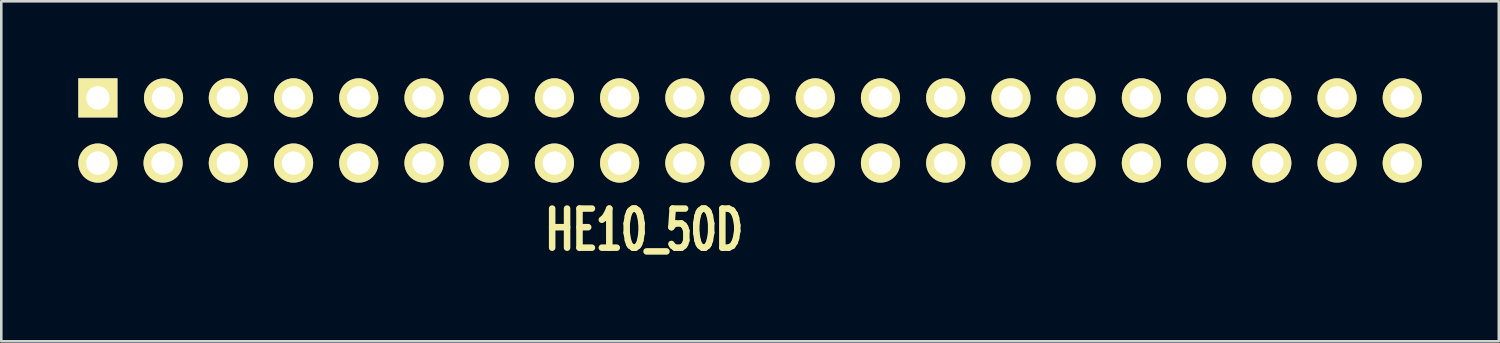
<source format=kicad_pcb>
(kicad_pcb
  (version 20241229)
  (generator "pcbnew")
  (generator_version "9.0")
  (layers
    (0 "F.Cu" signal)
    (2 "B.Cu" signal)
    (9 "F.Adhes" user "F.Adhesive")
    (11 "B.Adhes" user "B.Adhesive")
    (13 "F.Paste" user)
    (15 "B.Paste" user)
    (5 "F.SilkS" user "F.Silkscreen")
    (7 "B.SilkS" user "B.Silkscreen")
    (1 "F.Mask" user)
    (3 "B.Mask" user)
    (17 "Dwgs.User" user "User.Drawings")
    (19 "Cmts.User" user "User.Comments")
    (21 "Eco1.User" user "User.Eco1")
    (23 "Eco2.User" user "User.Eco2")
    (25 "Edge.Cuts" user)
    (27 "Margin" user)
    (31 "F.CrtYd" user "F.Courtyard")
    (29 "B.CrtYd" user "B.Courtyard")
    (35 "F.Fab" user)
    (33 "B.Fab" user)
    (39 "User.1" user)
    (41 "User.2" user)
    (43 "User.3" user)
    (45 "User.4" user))
  (footprint "HE10_50D"
    (layer "F.Cu")
    (at 27.369 1.968)
    (property "Reference" "HE10_50D" (at -5.334 3.937 0) (layer "F.SilkS") (effects (font (size 1.524 1.016) (thickness 0.305))))
    (attr through_hole)
    (pad "1" thru_hole rect (at -26.607 -1.206) (size 1.524 1.524) (drill 0.914) (layers "*.Cu" "*.Mask" "F.SilkS"))
    (pad "2" thru_hole circle (at -24.05 -1.2) (size 1.524 1.524) (drill 0.914) (layers "*.Cu" "*.Mask" "F.SilkS"))
    (pad "3" thru_hole circle (at -21.526 -1.206) (size 1.524 1.524) (drill 0.914) (layers "*.Cu" "*.Mask" "F.SilkS"))
    (pad "4" thru_hole circle (at -18.986 -1.206) (size 1.524 1.524) (drill 0.914) (layers "*.Cu" "*.Mask" "F.SilkS"))
    (pad "5" thru_hole circle (at -16.447 -1.206) (size 1.524 1.524) (drill 0.914) (layers "*.Cu" "*.Mask" "F.SilkS"))
    (pad "6" thru_hole circle (at -13.906 -1.206) (size 1.524 1.524) (drill 0.914) (layers "*.Cu" "*.Mask" "F.SilkS"))
    (pad "7" thru_hole circle (at -11.367 -1.206) (size 1.524 1.524) (drill 0.914) (layers "*.Cu" "*.Mask" "F.SilkS"))
    (pad "8" thru_hole circle (at -8.826 -1.206) (size 1.524 1.524) (drill 0.914) (layers "*.Cu" "*.Mask" "F.SilkS"))
    (pad "9" thru_hole circle (at -6.287 -1.206) (size 1.524 1.524) (drill 0.914) (layers "*.Cu" "*.Mask" "F.SilkS"))
    (pad "10" thru_hole circle (at -3.747 -1.206) (size 1.524 1.524) (drill 0.914) (layers "*.Cu" "*.Mask" "F.SilkS"))
    (pad "11" thru_hole circle (at -1.206 -1.206) (size 1.524 1.524) (drill 0.914) (layers "*.Cu" "*.Mask" "F.SilkS"))
    (pad "12" thru_hole circle (at 1.333 -1.206) (size 1.524 1.524) (drill 0.914) (layers "*.Cu" "*.Mask" "F.SilkS"))
    (pad "13" thru_hole circle (at 3.873 -1.206) (size 1.524 1.524) (drill 0.914) (layers "*.Cu" "*.Mask" "F.SilkS"))
    (pad "14" thru_hole circle (at 6.413 -1.206) (size 1.524 1.524) (drill 0.914) (layers "*.Cu" "*.Mask" "F.SilkS"))
    (pad "15" thru_hole circle (at 8.954 -1.206) (size 1.524 1.524) (drill 0.914) (layers "*.Cu" "*.Mask" "F.SilkS"))
    (pad "16" thru_hole circle (at 11.493 -1.206) (size 1.524 1.524) (drill 0.914) (layers "*.Cu" "*.Mask" "F.SilkS"))
    (pad "17" thru_hole circle (at 14.034 -1.206) (size 1.524 1.524) (drill 0.914) (layers "*.Cu" "*.Mask" "F.SilkS"))
    (pad "18" thru_hole circle (at 16.573 -1.206) (size 1.524 1.524) (drill 0.914) (layers "*.Cu" "*.Mask" "F.SilkS"))
    (pad "19" thru_hole circle (at 19.113 -1.206) (size 1.524 1.524) (drill 0.914) (layers "*.Cu" "*.Mask" "F.SilkS"))
    (pad "20" thru_hole circle (at 21.654 -1.206) (size 1.524 1.524) (drill 0.914) (layers "*.Cu" "*.Mask" "F.SilkS"))
    (pad "21" thru_hole circle (at 24.194 -1.206) (size 1.524 1.524) (drill 0.914) (layers "*.Cu" "*.Mask" "F.SilkS"))
    (pad "22" thru_hole circle (at -26.607 1.333) (size 1.524 1.524) (drill 0.914) (layers "*.Cu" "*.Mask" "F.SilkS"))
    (pad "23" thru_hole circle (at -24.067 1.333) (size 1.524 1.524) (drill 0.914) (layers "*.Cu" "*.Mask" "F.SilkS"))
    (pad "24" thru_hole circle (at -21.526 1.333) (size 1.524 1.524) (drill 0.914) (layers "*.Cu" "*.Mask" "F.SilkS"))
    (pad "25" thru_hole circle (at -18.986 1.333) (size 1.524 1.524) (drill 0.914) (layers "*.Cu" "*.Mask" "F.SilkS"))
    (pad "26" thru_hole circle (at -16.447 1.333) (size 1.524 1.524) (drill 0.914) (layers "*.Cu" "*.Mask" "F.SilkS"))
    (pad "27" thru_hole circle (at -13.906 1.333) (size 1.524 1.524) (drill 0.914) (layers "*.Cu" "*.Mask" "F.SilkS"))
    (pad "28" thru_hole circle (at -11.367 1.333) (size 1.524 1.524) (drill 0.914) (layers "*.Cu" "*.Mask" "F.SilkS"))
    (pad "29" thru_hole circle (at -8.826 1.333) (size 1.524 1.524) (drill 0.914) (layers "*.Cu" "*.Mask" "F.SilkS"))
    (pad "30" thru_hole circle (at -6.287 1.333) (size 1.524 1.524) (drill 0.914) (layers "*.Cu" "*.Mask" "F.SilkS"))
    (pad "31" thru_hole circle (at -3.747 1.333) (size 1.524 1.524) (drill 0.914) (layers "*.Cu" "*.Mask" "F.SilkS"))
    (pad "32" thru_hole circle (at -1.206 1.333) (size 1.524 1.524) (drill 0.914) (layers "*.Cu" "*.Mask" "F.SilkS"))
    (pad "33" thru_hole circle (at 1.333 1.333) (size 1.524 1.524) (drill 0.914) (layers "*.Cu" "*.Mask" "F.SilkS"))
    (pad "34" thru_hole circle (at 3.873 1.333) (size 1.524 1.524) (drill 0.914) (layers "*.Cu" "*.Mask" "F.SilkS"))
    (pad "35" thru_hole circle (at 6.413 1.333) (size 1.524 1.524) (drill 0.914) (layers "*.Cu" "*.Mask" "F.SilkS"))
    (pad "36" thru_hole circle (at 8.954 1.333) (size 1.524 1.524) (drill 0.914) (layers "*.Cu" "*.Mask" "F.SilkS"))
    (pad "37" thru_hole circle (at 11.493 1.333) (size 1.524 1.524) (drill 0.914) (layers "*.Cu" "*.Mask" "F.SilkS"))
    (pad "38" thru_hole circle (at 14.034 1.333) (size 1.524 1.524) (drill 0.914) (layers "*.Cu" "*.Mask" "F.SilkS"))
    (pad "39" thru_hole circle (at 16.573 1.333) (size 1.524 1.524) (drill 0.914) (layers "*.Cu" "*.Mask" "F.SilkS"))
    (pad "40" thru_hole circle (at 19.113 1.333) (size 1.524 1.524) (drill 0.914) (layers "*.Cu" "*.Mask" "F.SilkS"))
    (pad "41" thru_hole circle (at 21.654 1.333) (size 1.524 1.524) (drill 0.914) (layers "*.Cu" "*.Mask" "F.SilkS"))
    (pad "42" thru_hole circle (at 24.194 1.333) (size 1.524 1.524) (drill 0.914) (layers "*.Cu" "*.Mask" "F.SilkS")))
  (gr_rect
    (start -3 -3)
    (end 55.324 10.243)
    (stroke (width 0.1) (type default))
    (fill no)
    (layer "Edge.Cuts")))
</source>
